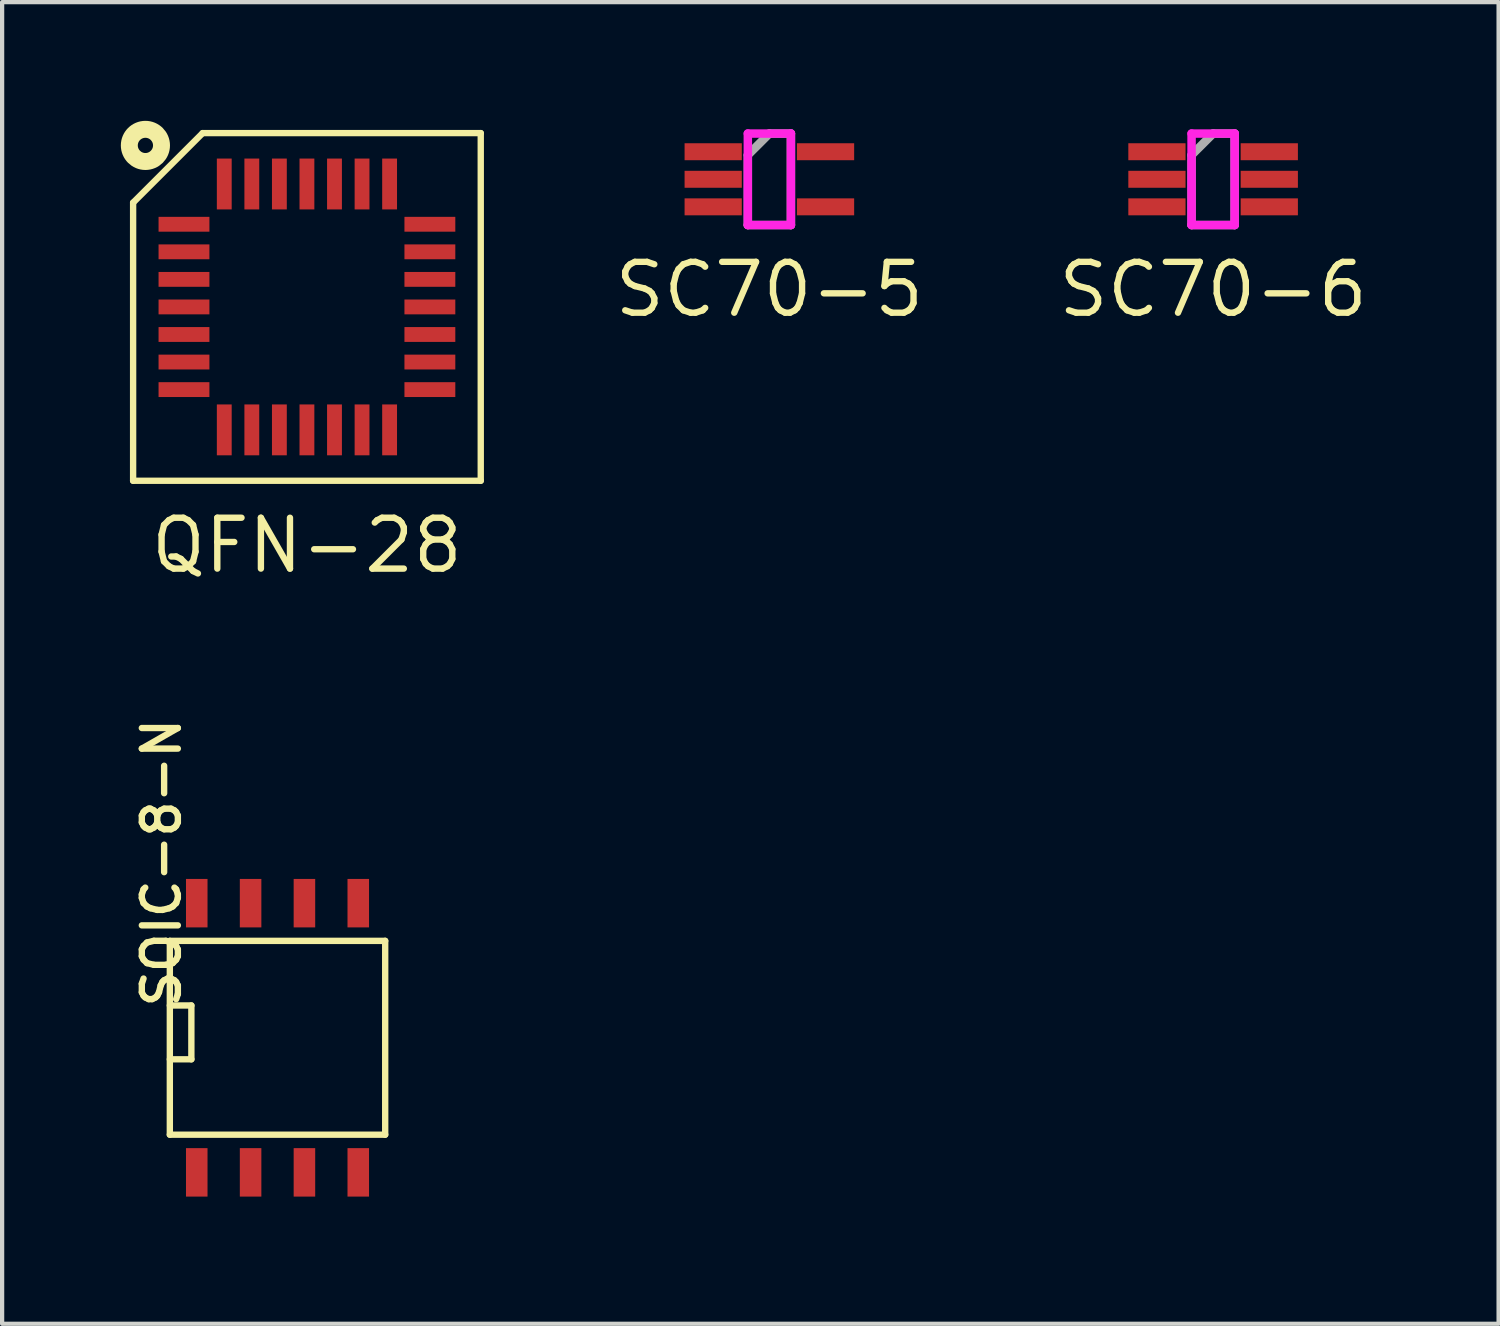
<source format=kicad_pcb>
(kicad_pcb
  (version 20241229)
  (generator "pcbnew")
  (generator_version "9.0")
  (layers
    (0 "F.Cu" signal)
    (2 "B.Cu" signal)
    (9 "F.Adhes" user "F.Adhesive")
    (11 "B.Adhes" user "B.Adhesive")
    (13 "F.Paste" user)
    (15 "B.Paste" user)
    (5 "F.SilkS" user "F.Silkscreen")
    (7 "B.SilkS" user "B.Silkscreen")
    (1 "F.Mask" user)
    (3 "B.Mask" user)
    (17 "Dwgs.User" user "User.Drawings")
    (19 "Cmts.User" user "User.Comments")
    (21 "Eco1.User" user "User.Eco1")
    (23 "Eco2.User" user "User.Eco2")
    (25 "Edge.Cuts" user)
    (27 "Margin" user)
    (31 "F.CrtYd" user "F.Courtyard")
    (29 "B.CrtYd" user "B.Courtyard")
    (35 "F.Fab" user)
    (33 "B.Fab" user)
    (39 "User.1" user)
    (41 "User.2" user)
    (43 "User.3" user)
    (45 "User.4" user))
  (footprint "SOIC-8-N"
    (layer "F.Cu")
    (at 3.496 21.429)
    (property "Reference" "SOIC-8-N" (at -2.736 -4.129 90) (layer "F.SilkS") (effects (font (size 0.85 0.85) (thickness 0.15))))
    (attr smd)
    (fp_line (start -2.54 -2.286) (end 2.54 -2.286) (stroke (width 0.15) (type solid)) (layer "F.SilkS"))
    (fp_line (start -2.54 -0.762) (end -2.032 -0.762) (stroke (width 0.15) (type solid)) (layer "F.SilkS"))
    (fp_line (start -2.54 2.286) (end -2.54 -2.286) (stroke (width 0.15) (type solid)) (layer "F.SilkS"))
    (fp_line (start -2.032 -0.762) (end -2.032 0.508) (stroke (width 0.15) (type solid)) (layer "F.SilkS"))
    (fp_line (start -2.032 0.508) (end -2.54 0.508) (stroke (width 0.15) (type solid)) (layer "F.SilkS"))
    (fp_line (start 2.54 -2.286) (end 2.54 2.286) (stroke (width 0.15) (type solid)) (layer "F.SilkS"))
    (fp_line (start 2.54 2.286) (end -2.54 2.286) (stroke (width 0.15) (type solid)) (layer "F.SilkS"))
    (pad "1" smd rect (at -1.905 3.175) (size 0.508 1.143) (layers "F.Cu" "F.Mask" "F.Paste"))
    (pad "2" smd rect (at -0.635 3.175) (size 0.508 1.143) (layers "F.Cu" "F.Mask" "F.Paste"))
    (pad "3" smd rect (at 0.635 3.175) (size 0.508 1.143) (layers "F.Cu" "F.Mask" "F.Paste"))
    (pad "4" smd rect (at 1.905 3.175) (size 0.508 1.143) (layers "F.Cu" "F.Mask" "F.Paste"))
    (pad "5" smd rect (at 1.905 -3.175) (size 0.508 1.143) (layers "F.Cu" "F.Mask" "F.Paste"))
    (pad "6" smd rect (at 0.635 -3.175) (size 0.508 1.143) (layers "F.Cu" "F.Mask" "F.Paste"))
    (pad "7" smd rect (at -0.635 -3.175) (size 0.508 1.143) (layers "F.Cu" "F.Mask" "F.Paste"))
    (pad "8" smd rect (at -1.905 -3.175) (size 0.508 1.143) (layers "F.Cu" "F.Mask" "F.Paste")))
  (footprint "QFN-28"
    (layer "F.Cu")
    (at 4.19 4.19)
    (property "Reference" "QFN-28" (at 0 5.625 0) (layer "F.SilkS") (effects (font (size 1.2 1.2) (thickness 0.15))))
    (attr through_hole)
    (fp_line (start -4.1 -2.46) (end -4.1 4.1) (stroke (width 0.15) (type solid)) (layer "F.SilkS"))
    (fp_line (start -4.1 4.1) (end 4.1 4.1) (stroke (width 0.15) (type solid)) (layer "F.SilkS"))
    (fp_line (start -2.46 -4.1) (end -4.1 -2.46) (stroke (width 0.15) (type solid)) (layer "F.SilkS"))
    (fp_line (start 4.1 -4.1) (end -2.46 -4.1) (stroke (width 0.15) (type solid)) (layer "F.SilkS"))
    (fp_line (start 4.1 4.1) (end 4.1 -4.1) (stroke (width 0.15) (type solid)) (layer "F.SilkS"))
    (fp_circle (center -3.81 -3.81) (end -3.683 -3.937) (stroke (width 0.4) (type solid)) (fill no) (layer "F.SilkS"))
    (pad "1" smd rect (at -2.65 -1.95) (size 1.2 0.35) (drill (offset -0.25 0)) (layers "F.Cu" "F.Mask" "F.Paste"))
    (pad "2" smd rect (at -2.65 -1.3) (size 1.2 0.35) (drill (offset -0.25 0)) (layers "F.Cu" "F.Mask" "F.Paste"))
    (pad "3" smd rect (at -2.65 -0.65) (size 1.2 0.35) (drill (offset -0.25 0)) (layers "F.Cu" "F.Mask" "F.Paste"))
    (pad "4" smd rect (at -2.65 0) (size 1.2 0.35) (drill (offset -0.25 0)) (layers "F.Cu" "F.Mask" "F.Paste"))
    (pad "5" smd rect (at -2.65 0.65) (size 1.2 0.35) (drill (offset -0.25 0)) (layers "F.Cu" "F.Mask" "F.Paste"))
    (pad "6" smd rect (at -2.65 1.3) (size 1.2 0.35) (drill (offset -0.25 0)) (layers "F.Cu" "F.Mask" "F.Paste"))
    (pad "7" smd rect (at -2.65 1.95) (size 1.2 0.35) (drill (offset -0.25 0)) (layers "F.Cu" "F.Mask" "F.Paste"))
    (pad "8" smd rect (at -1.95 2.65) (size 0.35 1.2) (drill (offset 0 0.25)) (layers "F.Cu" "F.Mask" "F.Paste"))
    (pad "9" smd rect (at -1.3 2.65) (size 0.35 1.2) (drill (offset 0 0.25)) (layers "F.Cu" "F.Mask" "F.Paste"))
    (pad "10" smd rect (at -0.65 2.65) (size 0.35 1.2) (drill (offset 0 0.25)) (layers "F.Cu" "F.Mask" "F.Paste"))
    (pad "11" smd rect (at 0 2.65) (size 0.35 1.2) (drill (offset 0 0.25)) (layers "F.Cu" "F.Mask" "F.Paste"))
    (pad "12" smd rect (at 0.65 2.65) (size 0.35 1.2) (drill (offset 0 0.25)) (layers "F.Cu" "F.Mask" "F.Paste"))
    (pad "13" smd rect (at 1.3 2.65) (size 0.35 1.2) (drill (offset 0 0.25)) (layers "F.Cu" "F.Mask" "F.Paste"))
    (pad "14" smd rect (at 1.95 2.65) (size 0.35 1.2) (drill (offset 0 0.25)) (layers "F.Cu" "F.Mask" "F.Paste"))
    (pad "15" smd rect (at 2.65 1.95) (size 1.2 0.35) (drill (offset 0.25 0)) (layers "F.Cu" "F.Mask" "F.Paste"))
    (pad "16" smd rect (at 2.65 1.3) (size 1.2 0.35) (drill (offset 0.25 0)) (layers "F.Cu" "F.Mask" "F.Paste"))
    (pad "17" smd rect (at 2.65 0.65) (size 1.2 0.35) (drill (offset 0.25 0)) (layers "F.Cu" "F.Mask" "F.Paste"))
    (pad "18" smd rect (at 2.65 0) (size 1.2 0.35) (drill (offset 0.25 0)) (layers "F.Cu" "F.Mask" "F.Paste"))
    (pad "19" smd rect (at 2.65 -0.65) (size 1.2 0.35) (drill (offset 0.25 0)) (layers "F.Cu" "F.Mask" "F.Paste"))
    (pad "20" smd rect (at 2.65 -1.3) (size 1.2 0.35) (drill (offset 0.25 0)) (layers "F.Cu" "F.Mask" "F.Paste"))
    (pad "21" smd rect (at 2.65 -1.95) (size 1.2 0.35) (drill (offset 0.25 0)) (layers "F.Cu" "F.Mask" "F.Paste"))
    (pad "22" smd rect (at 1.95 -2.65) (size 0.35 1.2) (drill (offset 0 -0.25)) (layers "F.Cu" "F.Mask" "F.Paste"))
    (pad "23" smd rect (at 1.3 -2.65) (size 0.35 1.2) (drill (offset 0 -0.25)) (layers "F.Cu" "F.Mask" "F.Paste"))
    (pad "24" smd rect (at 0.65 -2.65) (size 0.35 1.2) (drill (offset 0 -0.25)) (layers "F.Cu" "F.Mask" "F.Paste"))
    (pad "25" smd rect (at 0 -2.65) (size 0.35 1.2) (drill (offset 0 -0.25)) (layers "F.Cu" "F.Mask" "F.Paste"))
    (pad "26" smd rect (at -0.65 -2.65) (size 0.35 1.2) (drill (offset 0 -0.25)) (layers "F.Cu" "F.Mask" "F.Paste"))
    (pad "27" smd rect (at -1.3 -2.65) (size 0.35 1.2) (drill (offset 0 -0.25)) (layers "F.Cu" "F.Mask" "F.Paste"))
    (pad "28" smd rect (at -1.95 -2.65) (size 0.35 1.2) (drill (offset 0 -0.25)) (layers "F.Cu" "F.Mask" "F.Paste")))
  (footprint "SC70-5"
    (layer "F.Cu")
    (at 15.098 1.179)
    (property "Reference" "SC70-5" (at 0 2.6 0) (layer "F.SilkS") (effects (font (size 1.2 1.2) (thickness 0.15))))
    (attr smd)
    (fp_line (start -0.515 -0.56) (end -0.515 1.075) (stroke (width 0.15) (type solid)) (layer "F.SilkS"))
    (fp_line (start -0.515 1.075) (end 0.515 1.075) (stroke (width 0.15) (type solid)) (layer "F.SilkS"))
    (fp_line (start 0 -1.075) (end -0.515 -0.56) (stroke (width 0.15) (type solid)) (layer "F.SilkS"))
    (fp_line (start 0.515 -1.075) (end 0 -1.075) (stroke (width 0.15) (type solid)) (layer "F.SilkS"))
    (fp_line (start 0.515 1.075) (end 0.515 -1.075) (stroke (width 0.15) (type solid)) (layer "F.SilkS"))
    (fp_line (start -0.508 -1.079) (end 0.508 -1.079) (stroke (width 0.2) (type solid)) (layer "F.CrtYd"))
    (fp_line (start -0.508 1.079) (end -0.508 -1.079) (stroke (width 0.2) (type solid)) (layer "F.CrtYd"))
    (fp_line (start 0.508 -1.079) (end 0.508 1.079) (stroke (width 0.2) (type solid)) (layer "F.CrtYd"))
    (fp_line (start 0.508 1.079) (end -0.508 1.079) (stroke (width 0.2) (type solid)) (layer "F.CrtYd"))
    (fp_line (start -0.508 -0.572) (end -0.508 1.079) (stroke (width 0.2) (type solid)) (layer "F.Fab"))
    (fp_line (start -0.508 1.079) (end 0.508 1.079) (stroke (width 0.2) (type solid)) (layer "F.Fab"))
    (fp_line (start 0 -1.079) (end -0.508 -0.572) (stroke (width 0.2) (type solid)) (layer "F.Fab"))
    (fp_line (start 0.508 -1.079) (end 0 -1.079) (stroke (width 0.2) (type solid)) (layer "F.Fab"))
    (fp_line (start 0.508 1.079) (end 0.508 -1.079) (stroke (width 0.2) (type solid)) (layer "F.Fab"))
    (pad "1" smd rect (at -1.1 -0.65) (size 1.35 0.4) (drill (offset -0.225 0)) (layers "F.Cu" "F.Mask" "F.Paste"))
    (pad "2" smd rect (at -1.1 0) (size 1.35 0.4) (drill (offset -0.225 0)) (layers "F.Cu" "F.Mask" "F.Paste"))
    (pad "3" smd rect (at -1.1 0.65) (size 1.35 0.4) (drill (offset -0.225 0)) (layers "F.Cu" "F.Mask" "F.Paste"))
    (pad "4" smd rect (at 1.1 0.65) (size 1.35 0.4) (drill (offset 0.225 0)) (layers "F.Cu" "F.Mask" "F.Paste"))
    (pad "5" smd rect (at 1.1 -0.65) (size 1.35 0.4) (drill (offset 0.225 0)) (layers "F.Cu" "F.Mask" "F.Paste")))
  (footprint "SC70-6"
    (layer "F.Cu")
    (at 25.565 1.179)
    (property "Reference" "SC70-6" (at 0 2.6 0) (layer "F.SilkS") (effects (font (size 1.2 1.2) (thickness 0.15))))
    (attr smd)
    (fp_line (start -0.515 -0.56) (end -0.515 1.075) (stroke (width 0.15) (type solid)) (layer "F.SilkS"))
    (fp_line (start -0.515 1.075) (end 0.515 1.075) (stroke (width 0.15) (type solid)) (layer "F.SilkS"))
    (fp_line (start 0 -1.075) (end -0.515 -0.56) (stroke (width 0.15) (type solid)) (layer "F.SilkS"))
    (fp_line (start 0.515 -1.075) (end 0 -1.075) (stroke (width 0.15) (type solid)) (layer "F.SilkS"))
    (fp_line (start 0.515 1.075) (end 0.515 -1.075) (stroke (width 0.15) (type solid)) (layer "F.SilkS"))
    (fp_line (start -0.508 -1.079) (end 0.508 -1.079) (stroke (width 0.2) (type solid)) (layer "F.CrtYd"))
    (fp_line (start -0.508 1.079) (end -0.508 -1.079) (stroke (width 0.2) (type solid)) (layer "F.CrtYd"))
    (fp_line (start 0.508 -1.079) (end 0.508 1.079) (stroke (width 0.2) (type solid)) (layer "F.CrtYd"))
    (fp_line (start 0.508 1.079) (end -0.508 1.079) (stroke (width 0.2) (type solid)) (layer "F.CrtYd"))
    (fp_line (start -0.508 -0.572) (end -0.508 1.079) (stroke (width 0.2) (type solid)) (layer "F.Fab"))
    (fp_line (start -0.508 1.079) (end 0.508 1.079) (stroke (width 0.2) (type solid)) (layer "F.Fab"))
    (fp_line (start 0 -1.079) (end -0.508 -0.572) (stroke (width 0.2) (type solid)) (layer "F.Fab"))
    (fp_line (start 0.508 -1.079) (end 0 -1.079) (stroke (width 0.2) (type solid)) (layer "F.Fab"))
    (fp_line (start 0.508 1.079) (end 0.508 -1.079) (stroke (width 0.2) (type solid)) (layer "F.Fab"))
    (pad "1" smd rect (at -1.1 -0.65) (size 1.35 0.4) (drill (offset -0.225 0)) (layers "F.Cu" "F.Mask" "F.Paste"))
    (pad "2" smd rect (at -1.1 0) (size 1.35 0.4) (drill (offset -0.225 0)) (layers "F.Cu" "F.Mask" "F.Paste"))
    (pad "3" smd rect (at -1.1 0.65) (size 1.35 0.4) (drill (offset -0.225 0)) (layers "F.Cu" "F.Mask" "F.Paste"))
    (pad "4" smd rect (at 1.1 0.65) (size 1.35 0.4) (drill (offset 0.225 0)) (layers "F.Cu" "F.Mask" "F.Paste"))
    (pad "5" smd rect (at 1.1 0) (size 1.35 0.4) (drill (offset 0.225 0)) (layers "F.Cu" "F.Mask" "F.Paste"))
    (pad "6" smd rect (at 1.1 -0.65) (size 1.35 0.4) (drill (offset 0.225 0)) (layers "F.Cu" "F.Mask" "F.Paste")))
  (gr_rect
    (start -3 -3)
    (end 32.299 28.175)
    (stroke (width 0.1) (type default))
    (fill no)
    (layer "Edge.Cuts")))
</source>
